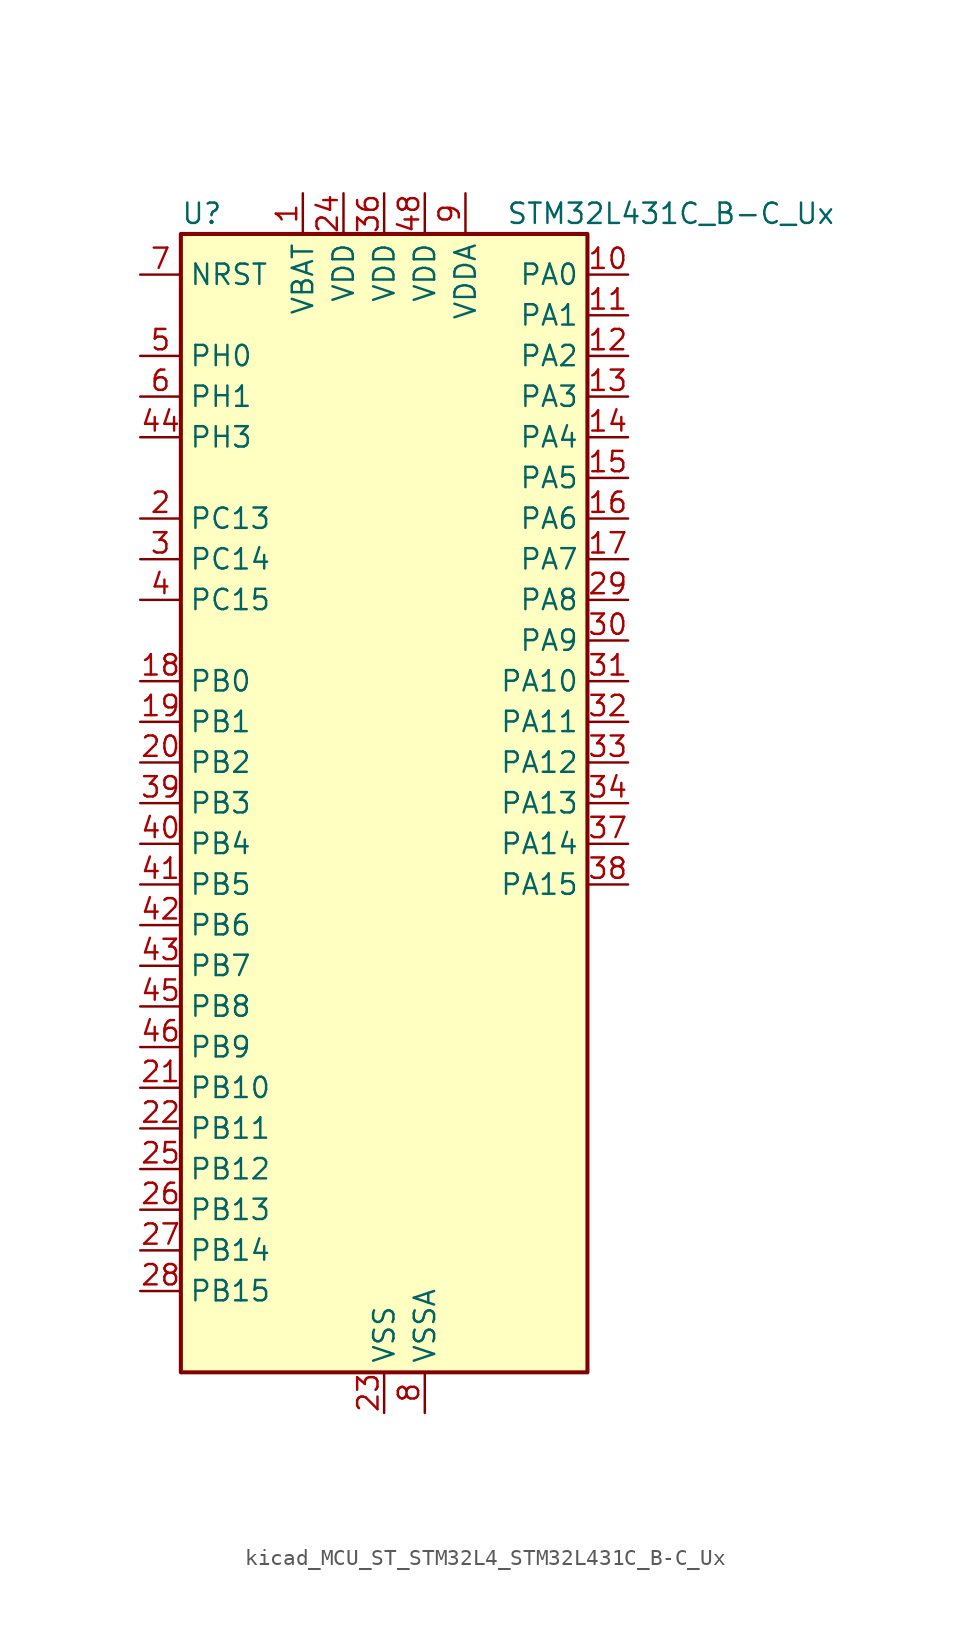
<source format=kicad_sym>
(kicad_symbol_lib
  (version 20220914)
  (generator kicad_symbol_editor)
  (symbol "kicad_MCU_ST_STM32L4_STM32L431C_B-C_Ux"
    (property "Reference" "U"
      (at -12.7 36.83 0)
      (effects (font (size 1.27 1.27)) (justify left)))
    (property "Value" "STM32L431C_B-C_Ux"
      (at 7.62 36.83 0)
      (effects (font (size 1.27 1.27)) (justify left)))
    (property "ki_locked" ""
      (at 0 0 0)
      (effects (font (size 1.27 1.27))))
    (symbol "kicad_MCU_ST_STM32L4_STM32L431C_B-C_Ux_0_1"
      (rectangle (start -12.7 -35.56) (end 12.7 35.56) (stroke (width 0.254) (type default)) (fill (type background))))
    (symbol "kicad_MCU_ST_STM32L4_STM32L431C_B-C_Ux_1_1"
      (pin power_in line (at -5.08 38.1 270) (length 2.54) (name "VBAT" (effects (font (size 1.27 1.27)))) (number "1" (effects (font (size 1.27 1.27)))))
      (pin bidirectional line (at 15.24 33.02 180) (length 2.54) (name "PA0" (effects (font (size 1.27 1.27)))) (number "10" (effects (font (size 1.27 1.27)))) (alternate "ADC1_IN5" bidirectional line) (alternate "COMP1_INM" bidirectional line) (alternate "COMP1_OUT" bidirectional line) (alternate "OPAMP1_VINP" bidirectional line) (alternate "RTC_TAMP2" bidirectional line) (alternate "SAI1_EXTCLK" bidirectional line) (alternate "SYS_WKUP1" bidirectional line) (alternate "TIM2_CH1" bidirectional line) (alternate "TIM2_ETR" bidirectional line) (alternate "USART2_CTS" bidirectional line))
      (pin bidirectional line (at 15.24 30.48 180) (length 2.54) (name "PA1" (effects (font (size 1.27 1.27)))) (number "11" (effects (font (size 1.27 1.27)))) (alternate "ADC1_IN6" bidirectional line) (alternate "COMP1_INP" bidirectional line) (alternate "I2C1_SMBA" bidirectional line) (alternate "OPAMP1_VINM" bidirectional line) (alternate "SPI1_SCK" bidirectional line) (alternate "TIM15_CH1N" bidirectional line) (alternate "TIM2_CH2" bidirectional line) (alternate "USART2_DE" bidirectional line) (alternate "USART2_RTS" bidirectional line))
      (pin bidirectional line (at 15.24 27.94 180) (length 2.54) (name "PA2" (effects (font (size 1.27 1.27)))) (number "12" (effects (font (size 1.27 1.27)))) (alternate "ADC1_IN7" bidirectional line) (alternate "COMP2_INM" bidirectional line) (alternate "COMP2_OUT" bidirectional line) (alternate "LPUART1_TX" bidirectional line) (alternate "QUADSPI_BK1_NCS" bidirectional line) (alternate "RCC_LSCO" bidirectional line) (alternate "SYS_WKUP4" bidirectional line) (alternate "TIM15_CH1" bidirectional line) (alternate "TIM2_CH3" bidirectional line) (alternate "USART2_TX" bidirectional line))
      (pin bidirectional line (at 15.24 25.4 180) (length 2.54) (name "PA3" (effects (font (size 1.27 1.27)))) (number "13" (effects (font (size 1.27 1.27)))) (alternate "ADC1_IN8" bidirectional line) (alternate "COMP2_INP" bidirectional line) (alternate "LPUART1_RX" bidirectional line) (alternate "OPAMP1_VOUT" bidirectional line) (alternate "QUADSPI_CLK" bidirectional line) (alternate "SAI1_MCLK_A" bidirectional line) (alternate "TIM15_CH2" bidirectional line) (alternate "TIM2_CH4" bidirectional line) (alternate "USART2_RX" bidirectional line))
      (pin bidirectional line (at 15.24 22.86 180) (length 2.54) (name "PA4" (effects (font (size 1.27 1.27)))) (number "14" (effects (font (size 1.27 1.27)))) (alternate "ADC1_IN9" bidirectional line) (alternate "COMP1_INM" bidirectional line) (alternate "COMP2_INM" bidirectional line) (alternate "DAC1_OUT1" bidirectional line) (alternate "LPTIM2_OUT" bidirectional line) (alternate "SAI1_FS_B" bidirectional line) (alternate "SPI1_NSS" bidirectional line) (alternate "SPI3_NSS" bidirectional line) (alternate "USART2_CK" bidirectional line))
      (pin bidirectional line (at 15.24 20.32 180) (length 2.54) (name "PA5" (effects (font (size 1.27 1.27)))) (number "15" (effects (font (size 1.27 1.27)))) (alternate "ADC1_IN10" bidirectional line) (alternate "COMP1_INM" bidirectional line) (alternate "COMP2_INM" bidirectional line) (alternate "DAC1_OUT2" bidirectional line) (alternate "LPTIM2_ETR" bidirectional line) (alternate "SPI1_SCK" bidirectional line) (alternate "TIM2_CH1" bidirectional line) (alternate "TIM2_ETR" bidirectional line))
      (pin bidirectional line (at 15.24 17.78 180) (length 2.54) (name "PA6" (effects (font (size 1.27 1.27)))) (number "16" (effects (font (size 1.27 1.27)))) (alternate "ADC1_IN11" bidirectional line) (alternate "COMP1_OUT" bidirectional line) (alternate "LPUART1_CTS" bidirectional line) (alternate "QUADSPI_BK1_IO3" bidirectional line) (alternate "SPI1_MISO" bidirectional line) (alternate "TIM16_CH1" bidirectional line) (alternate "TIM1_BKIN" bidirectional line) (alternate "TIM1_BKIN_COMP2" bidirectional line) (alternate "USART3_CTS" bidirectional line))
      (pin bidirectional line (at 15.24 15.24 180) (length 2.54) (name "PA7" (effects (font (size 1.27 1.27)))) (number "17" (effects (font (size 1.27 1.27)))) (alternate "ADC1_IN12" bidirectional line) (alternate "COMP2_OUT" bidirectional line) (alternate "I2C3_SCL" bidirectional line) (alternate "QUADSPI_BK1_IO2" bidirectional line) (alternate "SPI1_MOSI" bidirectional line) (alternate "TIM1_CH1N" bidirectional line))
      (pin bidirectional line (at -15.24 7.62 0) (length 2.54) (name "PB0" (effects (font (size 1.27 1.27)))) (number "18" (effects (font (size 1.27 1.27)))) (alternate "ADC1_IN15" bidirectional line) (alternate "COMP1_OUT" bidirectional line) (alternate "QUADSPI_BK1_IO1" bidirectional line) (alternate "SAI1_EXTCLK" bidirectional line) (alternate "SPI1_NSS" bidirectional line) (alternate "TIM1_CH2N" bidirectional line) (alternate "USART3_CK" bidirectional line))
      (pin bidirectional line (at -15.24 5.08 0) (length 2.54) (name "PB1" (effects (font (size 1.27 1.27)))) (number "19" (effects (font (size 1.27 1.27)))) (alternate "ADC1_IN16" bidirectional line) (alternate "COMP1_INM" bidirectional line) (alternate "LPTIM2_IN1" bidirectional line) (alternate "LPUART1_DE" bidirectional line) (alternate "LPUART1_RTS" bidirectional line) (alternate "QUADSPI_BK1_IO0" bidirectional line) (alternate "TIM1_CH3N" bidirectional line) (alternate "USART3_DE" bidirectional line) (alternate "USART3_RTS" bidirectional line))
      (pin bidirectional line (at -15.24 17.78 0) (length 2.54) (name "PC13" (effects (font (size 1.27 1.27)))) (number "2" (effects (font (size 1.27 1.27)))) (alternate "RTC_OUT_ALARM" bidirectional line) (alternate "RTC_OUT_CALIB" bidirectional line) (alternate "RTC_TAMP1" bidirectional line) (alternate "RTC_TS" bidirectional line) (alternate "SYS_WKUP2" bidirectional line))
      (pin bidirectional line (at -15.24 2.54 0) (length 2.54) (name "PB2" (effects (font (size 1.27 1.27)))) (number "20" (effects (font (size 1.27 1.27)))) (alternate "COMP1_INP" bidirectional line) (alternate "I2C3_SMBA" bidirectional line) (alternate "LPTIM1_OUT" bidirectional line) (alternate "RTC_OUT_ALARM" bidirectional line) (alternate "RTC_OUT_CALIB" bidirectional line))
      (pin bidirectional line (at -15.24 -17.78 0) (length 2.54) (name "PB10" (effects (font (size 1.27 1.27)))) (number "21" (effects (font (size 1.27 1.27)))) (alternate "COMP1_OUT" bidirectional line) (alternate "I2C2_SCL" bidirectional line) (alternate "LPUART1_RX" bidirectional line) (alternate "QUADSPI_CLK" bidirectional line) (alternate "SAI1_SCK_A" bidirectional line) (alternate "SPI2_SCK" bidirectional line) (alternate "TIM2_CH3" bidirectional line) (alternate "TSC_SYNC" bidirectional line) (alternate "USART3_TX" bidirectional line))
      (pin bidirectional line (at -15.24 -20.32 0) (length 2.54) (name "PB11" (effects (font (size 1.27 1.27)))) (number "22" (effects (font (size 1.27 1.27)))) (alternate "ADC1_EXTI11" bidirectional line) (alternate "COMP2_OUT" bidirectional line) (alternate "I2C2_SDA" bidirectional line) (alternate "LPUART1_TX" bidirectional line) (alternate "QUADSPI_BK1_NCS" bidirectional line) (alternate "TIM2_CH4" bidirectional line) (alternate "USART3_RX" bidirectional line))
      (pin power_in line (at 0 -38.1 90) (length 2.54) (name "VSS" (effects (font (size 1.27 1.27)))) (number "23" (effects (font (size 1.27 1.27)))))
      (pin power_in line (at -2.54 38.1 270) (length 2.54) (name "VDD" (effects (font (size 1.27 1.27)))) (number "24" (effects (font (size 1.27 1.27)))))
      (pin bidirectional line (at -15.24 -22.86 0) (length 2.54) (name "PB12" (effects (font (size 1.27 1.27)))) (number "25" (effects (font (size 1.27 1.27)))) (alternate "I2C2_SMBA" bidirectional line) (alternate "LPUART1_DE" bidirectional line) (alternate "LPUART1_RTS" bidirectional line) (alternate "SAI1_FS_A" bidirectional line) (alternate "SPI2_NSS" bidirectional line) (alternate "SWPMI1_IO" bidirectional line) (alternate "TIM15_BKIN" bidirectional line) (alternate "TIM1_BKIN" bidirectional line) (alternate "TIM1_BKIN_COMP2" bidirectional line) (alternate "TSC_G1_IO1" bidirectional line) (alternate "USART3_CK" bidirectional line))
      (pin bidirectional line (at -15.24 -25.4 0) (length 2.54) (name "PB13" (effects (font (size 1.27 1.27)))) (number "26" (effects (font (size 1.27 1.27)))) (alternate "I2C2_SCL" bidirectional line) (alternate "LPUART1_CTS" bidirectional line) (alternate "SAI1_SCK_A" bidirectional line) (alternate "SPI2_SCK" bidirectional line) (alternate "SWPMI1_TX" bidirectional line) (alternate "TIM15_CH1N" bidirectional line) (alternate "TIM1_CH1N" bidirectional line) (alternate "TSC_G1_IO2" bidirectional line) (alternate "USART3_CTS" bidirectional line))
      (pin bidirectional line (at -15.24 -27.94 0) (length 2.54) (name "PB14" (effects (font (size 1.27 1.27)))) (number "27" (effects (font (size 1.27 1.27)))) (alternate "I2C2_SDA" bidirectional line) (alternate "SAI1_MCLK_A" bidirectional line) (alternate "SPI2_MISO" bidirectional line) (alternate "SWPMI1_RX" bidirectional line) (alternate "TIM15_CH1" bidirectional line) (alternate "TIM1_CH2N" bidirectional line) (alternate "TSC_G1_IO3" bidirectional line) (alternate "USART3_DE" bidirectional line) (alternate "USART3_RTS" bidirectional line))
      (pin bidirectional line (at -15.24 -30.48 0) (length 2.54) (name "PB15" (effects (font (size 1.27 1.27)))) (number "28" (effects (font (size 1.27 1.27)))) (alternate "ADC1_EXTI15" bidirectional line) (alternate "RTC_REFIN" bidirectional line) (alternate "SAI1_SD_A" bidirectional line) (alternate "SPI2_MOSI" bidirectional line) (alternate "SWPMI1_SUSPEND" bidirectional line) (alternate "TIM15_CH2" bidirectional line) (alternate "TIM1_CH3N" bidirectional line) (alternate "TSC_G1_IO4" bidirectional line))
      (pin bidirectional line (at 15.24 12.7 180) (length 2.54) (name "PA8" (effects (font (size 1.27 1.27)))) (number "29" (effects (font (size 1.27 1.27)))) (alternate "LPTIM2_OUT" bidirectional line) (alternate "RCC_MCO" bidirectional line) (alternate "SAI1_SCK_A" bidirectional line) (alternate "SWPMI1_IO" bidirectional line) (alternate "TIM1_CH1" bidirectional line) (alternate "USART1_CK" bidirectional line))
      (pin bidirectional line (at -15.24 15.24 0) (length 2.54) (name "PC14" (effects (font (size 1.27 1.27)))) (number "3" (effects (font (size 1.27 1.27)))) (alternate "RCC_OSC32_IN" bidirectional line))
      (pin bidirectional line (at 15.24 10.16 180) (length 2.54) (name "PA9" (effects (font (size 1.27 1.27)))) (number "30" (effects (font (size 1.27 1.27)))) (alternate "DAC1_EXTI9" bidirectional line) (alternate "I2C1_SCL" bidirectional line) (alternate "SAI1_FS_A" bidirectional line) (alternate "TIM15_BKIN" bidirectional line) (alternate "TIM1_CH2" bidirectional line) (alternate "USART1_TX" bidirectional line))
      (pin bidirectional line (at 15.24 7.62 180) (length 2.54) (name "PA10" (effects (font (size 1.27 1.27)))) (number "31" (effects (font (size 1.27 1.27)))) (alternate "I2C1_SDA" bidirectional line) (alternate "SAI1_SD_A" bidirectional line) (alternate "TIM1_CH3" bidirectional line) (alternate "USART1_RX" bidirectional line))
      (pin bidirectional line (at 15.24 5.08 180) (length 2.54) (name "PA11" (effects (font (size 1.27 1.27)))) (number "32" (effects (font (size 1.27 1.27)))) (alternate "ADC1_EXTI11" bidirectional line) (alternate "CAN1_RX" bidirectional line) (alternate "COMP1_OUT" bidirectional line) (alternate "SPI1_MISO" bidirectional line) (alternate "TIM1_BKIN2" bidirectional line) (alternate "TIM1_BKIN2_COMP1" bidirectional line) (alternate "TIM1_CH4" bidirectional line) (alternate "USART1_CTS" bidirectional line))
      (pin bidirectional line (at 15.24 2.54 180) (length 2.54) (name "PA12" (effects (font (size 1.27 1.27)))) (number "33" (effects (font (size 1.27 1.27)))) (alternate "CAN1_TX" bidirectional line) (alternate "SPI1_MOSI" bidirectional line) (alternate "TIM1_ETR" bidirectional line) (alternate "USART1_DE" bidirectional line) (alternate "USART1_RTS" bidirectional line))
      (pin bidirectional line (at 15.24 0 180) (length 2.54) (name "PA13" (effects (font (size 1.27 1.27)))) (number "34" (effects (font (size 1.27 1.27)))) (alternate "IR_OUT" bidirectional line) (alternate "SAI1_SD_B" bidirectional line) (alternate "SWPMI1_TX" bidirectional line) (alternate "SYS_JTMS-SWDIO" bidirectional line))
      (pin passive line (at 0 -38.1 90) (length 2.54) hide (name "VSS" (effects (font (size 1.27 1.27)))) (number "35" (effects (font (size 1.27 1.27)))))
      (pin power_in line (at 0 38.1 270) (length 2.54) (name "VDD" (effects (font (size 1.27 1.27)))) (number "36" (effects (font (size 1.27 1.27)))))
      (pin bidirectional line (at 15.24 -2.54 180) (length 2.54) (name "PA14" (effects (font (size 1.27 1.27)))) (number "37" (effects (font (size 1.27 1.27)))) (alternate "I2C1_SMBA" bidirectional line) (alternate "LPTIM1_OUT" bidirectional line) (alternate "SAI1_FS_B" bidirectional line) (alternate "SWPMI1_RX" bidirectional line) (alternate "SYS_JTCK-SWCLK" bidirectional line))
      (pin bidirectional line (at 15.24 -5.08 180) (length 2.54) (name "PA15" (effects (font (size 1.27 1.27)))) (number "38" (effects (font (size 1.27 1.27)))) (alternate "ADC1_EXTI15" bidirectional line) (alternate "SPI1_NSS" bidirectional line) (alternate "SPI3_NSS" bidirectional line) (alternate "SWPMI1_SUSPEND" bidirectional line) (alternate "SYS_JTDI" bidirectional line) (alternate "TIM2_CH1" bidirectional line) (alternate "TIM2_ETR" bidirectional line) (alternate "USART2_RX" bidirectional line) (alternate "USART3_DE" bidirectional line) (alternate "USART3_RTS" bidirectional line))
      (pin bidirectional line (at -15.24 0 0) (length 2.54) (name "PB3" (effects (font (size 1.27 1.27)))) (number "39" (effects (font (size 1.27 1.27)))) (alternate "COMP2_INM" bidirectional line) (alternate "SAI1_SCK_B" bidirectional line) (alternate "SPI1_SCK" bidirectional line) (alternate "SPI3_SCK" bidirectional line) (alternate "SYS_JTDO-SWO" bidirectional line) (alternate "TIM2_CH2" bidirectional line) (alternate "USART1_DE" bidirectional line) (alternate "USART1_RTS" bidirectional line))
      (pin bidirectional line (at -15.24 12.7 0) (length 2.54) (name "PC15" (effects (font (size 1.27 1.27)))) (number "4" (effects (font (size 1.27 1.27)))) (alternate "ADC1_EXTI15" bidirectional line) (alternate "RCC_OSC32_OUT" bidirectional line))
      (pin bidirectional line (at -15.24 -2.54 0) (length 2.54) (name "PB4" (effects (font (size 1.27 1.27)))) (number "40" (effects (font (size 1.27 1.27)))) (alternate "COMP2_INP" bidirectional line) (alternate "I2C3_SDA" bidirectional line) (alternate "SAI1_MCLK_B" bidirectional line) (alternate "SPI1_MISO" bidirectional line) (alternate "SPI3_MISO" bidirectional line) (alternate "SYS_JTRST" bidirectional line) (alternate "TSC_G2_IO1" bidirectional line) (alternate "USART1_CTS" bidirectional line))
      (pin bidirectional line (at -15.24 -5.08 0) (length 2.54) (name "PB5" (effects (font (size 1.27 1.27)))) (number "41" (effects (font (size 1.27 1.27)))) (alternate "COMP2_OUT" bidirectional line) (alternate "I2C1_SMBA" bidirectional line) (alternate "LPTIM1_IN1" bidirectional line) (alternate "SAI1_SD_B" bidirectional line) (alternate "SPI1_MOSI" bidirectional line) (alternate "SPI3_MOSI" bidirectional line) (alternate "TIM16_BKIN" bidirectional line) (alternate "TSC_G2_IO2" bidirectional line) (alternate "USART1_CK" bidirectional line))
      (pin bidirectional line (at -15.24 -7.62 0) (length 2.54) (name "PB6" (effects (font (size 1.27 1.27)))) (number "42" (effects (font (size 1.27 1.27)))) (alternate "COMP2_INP" bidirectional line) (alternate "I2C1_SCL" bidirectional line) (alternate "LPTIM1_ETR" bidirectional line) (alternate "SAI1_FS_B" bidirectional line) (alternate "TIM16_CH1N" bidirectional line) (alternate "TSC_G2_IO3" bidirectional line) (alternate "USART1_TX" bidirectional line))
      (pin bidirectional line (at -15.24 -10.16 0) (length 2.54) (name "PB7" (effects (font (size 1.27 1.27)))) (number "43" (effects (font (size 1.27 1.27)))) (alternate "COMP2_INM" bidirectional line) (alternate "I2C1_SDA" bidirectional line) (alternate "LPTIM1_IN2" bidirectional line) (alternate "SYS_PVD_IN" bidirectional line) (alternate "TSC_G2_IO4" bidirectional line) (alternate "USART1_RX" bidirectional line))
      (pin bidirectional line (at -15.24 22.86 0) (length 2.54) (name "PH3" (effects (font (size 1.27 1.27)))) (number "44" (effects (font (size 1.27 1.27)))))
      (pin bidirectional line (at -15.24 -12.7 0) (length 2.54) (name "PB8" (effects (font (size 1.27 1.27)))) (number "45" (effects (font (size 1.27 1.27)))) (alternate "CAN1_RX" bidirectional line) (alternate "I2C1_SCL" bidirectional line) (alternate "SAI1_MCLK_A" bidirectional line) (alternate "TIM16_CH1" bidirectional line))
      (pin bidirectional line (at -15.24 -15.24 0) (length 2.54) (name "PB9" (effects (font (size 1.27 1.27)))) (number "46" (effects (font (size 1.27 1.27)))) (alternate "CAN1_TX" bidirectional line) (alternate "DAC1_EXTI9" bidirectional line) (alternate "I2C1_SDA" bidirectional line) (alternate "IR_OUT" bidirectional line) (alternate "SAI1_FS_A" bidirectional line) (alternate "SPI2_NSS" bidirectional line))
      (pin passive line (at 0 -38.1 90) (length 2.54) hide (name "VSS" (effects (font (size 1.27 1.27)))) (number "47" (effects (font (size 1.27 1.27)))))
      (pin power_in line (at 2.54 38.1 270) (length 2.54) (name "VDD" (effects (font (size 1.27 1.27)))) (number "48" (effects (font (size 1.27 1.27)))))
      (pin passive line (at 0 -38.1 90) (length 2.54) hide (name "VSS" (effects (font (size 1.27 1.27)))) (number "49" (effects (font (size 1.27 1.27)))))
      (pin bidirectional line (at -15.24 27.94 0) (length 2.54) (name "PH0" (effects (font (size 1.27 1.27)))) (number "5" (effects (font (size 1.27 1.27)))) (alternate "RCC_OSC_IN" bidirectional line))
      (pin bidirectional line (at -15.24 25.4 0) (length 2.54) (name "PH1" (effects (font (size 1.27 1.27)))) (number "6" (effects (font (size 1.27 1.27)))) (alternate "RCC_OSC_OUT" bidirectional line))
      (pin input line (at -15.24 33.02 0) (length 2.54) (name "NRST" (effects (font (size 1.27 1.27)))) (number "7" (effects (font (size 1.27 1.27)))))
      (pin power_in line (at 2.54 -38.1 90) (length 2.54) (name "VSSA" (effects (font (size 1.27 1.27)))) (number "8" (effects (font (size 1.27 1.27)))))
      (pin power_in line (at 5.08 38.1 270) (length 2.54) (name "VDDA" (effects (font (size 1.27 1.27)))) (number "9" (effects (font (size 1.27 1.27))))))))
</source>
